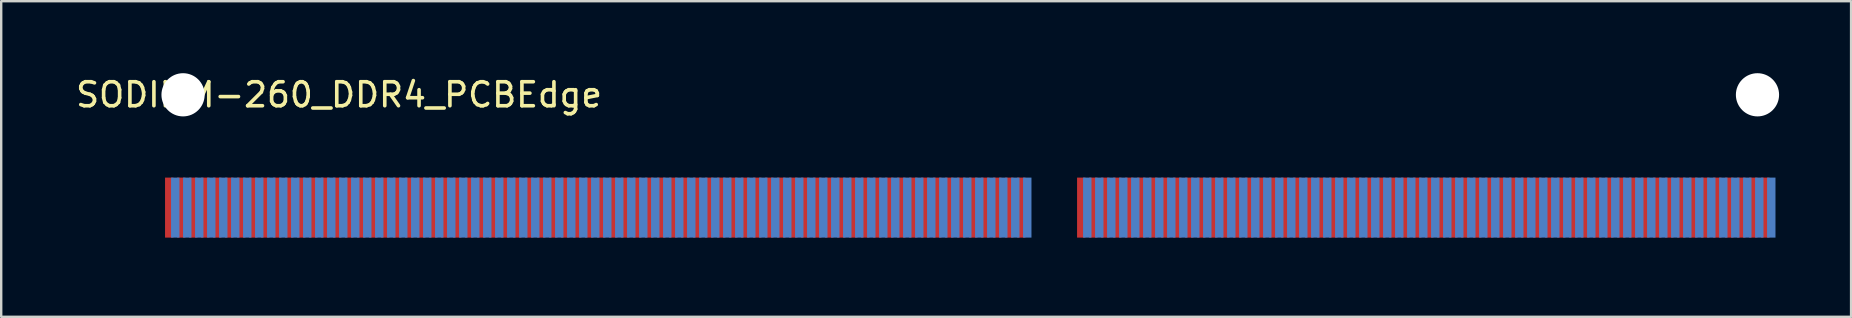
<source format=kicad_pcb>
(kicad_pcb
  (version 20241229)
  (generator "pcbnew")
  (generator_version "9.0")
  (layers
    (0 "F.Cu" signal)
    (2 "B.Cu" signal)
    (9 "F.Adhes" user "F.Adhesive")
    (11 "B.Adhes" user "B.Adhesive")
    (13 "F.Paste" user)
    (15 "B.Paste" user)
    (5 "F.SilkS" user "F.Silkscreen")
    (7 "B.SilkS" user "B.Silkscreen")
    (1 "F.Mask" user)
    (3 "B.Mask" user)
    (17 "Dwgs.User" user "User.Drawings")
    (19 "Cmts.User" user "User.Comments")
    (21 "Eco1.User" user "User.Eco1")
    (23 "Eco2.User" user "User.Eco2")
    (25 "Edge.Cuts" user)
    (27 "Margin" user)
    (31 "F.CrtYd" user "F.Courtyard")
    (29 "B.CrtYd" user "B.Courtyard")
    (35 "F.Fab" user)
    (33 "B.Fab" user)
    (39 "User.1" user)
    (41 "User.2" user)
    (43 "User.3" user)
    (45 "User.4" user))
  (footprint "SODIMM-260_DDR4_PCBEdge"
    (layer "F.Cu")
    (at 2.577 6.9)
    (property "Reference" "SODIMM-260_DDR4_PCBEdge" (at 8.5 -6 0) (layer "F.SilkS") (effects (font (size 1 1) (thickness 0.15))))
    (attr through_hole)
    (pad "" np_thru_hole circle (at 2 -6) (size 1.8 1.8) (drill 1.8) (layers "*.Cu" "*.Mask"))
    (pad "" np_thru_hole circle (at 67.6 -6) (size 1.8 1.8) (drill 1.8) (layers "*.Cu" "*.Mask"))
    (pad "1" smd rect (at 1.425 -1.3) (size 0.35 2.5) (layers "F.Cu" "F.Mask"))
    (pad "2" smd rect (at 1.675 -1.3) (size 0.35 2.5) (layers "B.Cu" "B.Mask"))
    (pad "3" smd rect (at 1.925 -1.3) (size 0.35 2.5) (layers "F.Cu" "F.Mask"))
    (pad "4" smd rect (at 2.175 -1.3) (size 0.35 2.5) (layers "B.Cu" "B.Mask"))
    (pad "5" smd rect (at 2.425 -1.3) (size 0.35 2.5) (layers "F.Cu" "F.Mask"))
    (pad "6" smd rect (at 2.675 -1.3) (size 0.35 2.5) (layers "B.Cu" "B.Mask"))
    (pad "7" smd rect (at 2.925 -1.3) (size 0.35 2.5) (layers "F.Cu" "F.Mask"))
    (pad "8" smd rect (at 3.175 -1.3) (size 0.35 2.5) (layers "B.Cu" "B.Mask"))
    (pad "9" smd rect (at 3.425 -1.3) (size 0.35 2.5) (layers "F.Cu" "F.Mask"))
    (pad "10" smd rect (at 3.675 -1.3) (size 0.35 2.5) (layers "B.Cu" "B.Mask"))
    (pad "11" smd rect (at 3.925 -1.3) (size 0.35 2.5) (layers "F.Cu" "F.Mask"))
    (pad "12" smd rect (at 4.175 -1.3) (size 0.35 2.5) (layers "B.Cu" "B.Mask"))
    (pad "13" smd rect (at 4.425 -1.3) (size 0.35 2.5) (layers "F.Cu" "F.Mask"))
    (pad "14" smd rect (at 4.675 -1.3) (size 0.35 2.5) (layers "B.Cu" "B.Mask"))
    (pad "15" smd rect (at 4.925 -1.3) (size 0.35 2.5) (layers "F.Cu" "F.Mask"))
    (pad "16" smd rect (at 5.175 -1.3) (size 0.35 2.5) (layers "B.Cu" "B.Mask"))
    (pad "17" smd rect (at 5.425 -1.3) (size 0.35 2.5) (layers "F.Cu" "F.Mask"))
    (pad "18" smd rect (at 5.675 -1.3) (size 0.35 2.5) (layers "B.Cu" "B.Mask"))
    (pad "19" smd rect (at 5.925 -1.3) (size 0.35 2.5) (layers "F.Cu" "F.Mask"))
    (pad "20" smd rect (at 6.175 -1.3) (size 0.35 2.5) (layers "B.Cu" "B.Mask"))
    (pad "21" smd rect (at 6.425 -1.3) (size 0.35 2.5) (layers "F.Cu" "F.Mask"))
    (pad "22" smd rect (at 6.675 -1.3) (size 0.35 2.5) (layers "B.Cu" "B.Mask"))
    (pad "23" smd rect (at 6.925 -1.3) (size 0.35 2.5) (layers "F.Cu" "F.Mask"))
    (pad "24" smd rect (at 7.175 -1.3) (size 0.35 2.5) (layers "B.Cu" "B.Mask"))
    (pad "25" smd rect (at 7.425 -1.3) (size 0.35 2.5) (layers "F.Cu" "F.Mask"))
    (pad "26" smd rect (at 7.675 -1.3) (size 0.35 2.5) (layers "B.Cu" "B.Mask"))
    (pad "27" smd rect (at 7.925 -1.3) (size 0.35 2.5) (layers "F.Cu" "F.Mask"))
    (pad "28" smd rect (at 8.175 -1.3) (size 0.35 2.5) (layers "B.Cu" "B.Mask"))
    (pad "29" smd rect (at 8.425 -1.3) (size 0.35 2.5) (layers "F.Cu" "F.Mask"))
    (pad "30" smd rect (at 8.675 -1.3) (size 0.35 2.5) (layers "B.Cu" "B.Mask"))
    (pad "31" smd rect (at 8.925 -1.3) (size 0.35 2.5) (layers "F.Cu" "F.Mask"))
    (pad "32" smd rect (at 9.175 -1.3) (size 0.35 2.5) (layers "B.Cu" "B.Mask"))
    (pad "33" smd rect (at 9.425 -1.3) (size 0.35 2.5) (layers "F.Cu" "F.Mask"))
    (pad "34" smd rect (at 9.675 -1.3) (size 0.35 2.5) (layers "B.Cu" "B.Mask"))
    (pad "35" smd rect (at 9.925 -1.3) (size 0.35 2.5) (layers "F.Cu" "F.Mask"))
    (pad "36" smd rect (at 10.175 -1.3) (size 0.35 2.5) (layers "B.Cu" "B.Mask"))
    (pad "37" smd rect (at 10.425 -1.3) (size 0.35 2.5) (layers "F.Cu" "F.Mask"))
    (pad "38" smd rect (at 10.675 -1.3) (size 0.35 2.5) (layers "B.Cu" "B.Mask"))
    (pad "39" smd rect (at 10.925 -1.3) (size 0.35 2.5) (layers "F.Cu" "F.Mask"))
    (pad "40" smd rect (at 11.175 -1.3) (size 0.35 2.5) (layers "B.Cu" "B.Mask"))
    (pad "41" smd rect (at 11.425 -1.3) (size 0.35 2.5) (layers "F.Cu" "F.Mask"))
    (pad "42" smd rect (at 11.675 -1.3) (size 0.35 2.5) (layers "B.Cu" "B.Mask"))
    (pad "43" smd rect (at 11.925 -1.3) (size 0.35 2.5) (layers "F.Cu" "F.Mask"))
    (pad "44" smd rect (at 12.175 -1.3) (size 0.35 2.5) (layers "B.Cu" "B.Mask"))
    (pad "45" smd rect (at 12.425 -1.3) (size 0.35 2.5) (layers "F.Cu" "F.Mask"))
    (pad "46" smd rect (at 12.675 -1.3) (size 0.35 2.5) (layers "B.Cu" "B.Mask"))
    (pad "47" smd rect (at 12.925 -1.3) (size 0.35 2.5) (layers "F.Cu" "F.Mask"))
    (pad "48" smd rect (at 13.175 -1.3) (size 0.35 2.5) (layers "B.Cu" "B.Mask"))
    (pad "49" smd rect (at 13.425 -1.3) (size 0.35 2.5) (layers "F.Cu" "F.Mask"))
    (pad "50" smd rect (at 13.675 -1.3) (size 0.35 2.5) (layers "B.Cu" "B.Mask"))
    (pad "51" smd rect (at 13.925 -1.3) (size 0.35 2.5) (layers "F.Cu" "F.Mask"))
    (pad "52" smd rect (at 14.175 -1.3) (size 0.35 2.5) (layers "B.Cu" "B.Mask"))
    (pad "53" smd rect (at 14.425 -1.3) (size 0.35 2.5) (layers "F.Cu" "F.Mask"))
    (pad "54" smd rect (at 14.675 -1.3) (size 0.35 2.5) (layers "B.Cu" "B.Mask"))
    (pad "55" smd rect (at 14.925 -1.3) (size 0.35 2.5) (layers "F.Cu" "F.Mask"))
    (pad "56" smd rect (at 15.175 -1.3) (size 0.35 2.5) (layers "B.Cu" "B.Mask"))
    (pad "57" smd rect (at 15.425 -1.3) (size 0.35 2.5) (layers "F.Cu" "F.Mask"))
    (pad "58" smd rect (at 15.675 -1.3) (size 0.35 2.5) (layers "B.Cu" "B.Mask"))
    (pad "59" smd rect (at 15.925 -1.3) (size 0.35 2.5) (layers "F.Cu" "F.Mask"))
    (pad "60" smd rect (at 16.175 -1.3) (size 0.35 2.5) (layers "B.Cu" "B.Mask"))
    (pad "61" smd rect (at 16.425 -1.3) (size 0.35 2.5) (layers "F.Cu" "F.Mask"))
    (pad "62" smd rect (at 16.675 -1.3) (size 0.35 2.5) (layers "B.Cu" "B.Mask"))
    (pad "63" smd rect (at 16.925 -1.3) (size 0.35 2.5) (layers "F.Cu" "F.Mask"))
    (pad "64" smd rect (at 17.175 -1.3) (size 0.35 2.5) (layers "B.Cu" "B.Mask"))
    (pad "65" smd rect (at 17.425 -1.3) (size 0.35 2.5) (layers "F.Cu" "F.Mask"))
    (pad "66" smd rect (at 17.675 -1.3) (size 0.35 2.5) (layers "B.Cu" "B.Mask"))
    (pad "67" smd rect (at 17.925 -1.3) (size 0.35 2.5) (layers "F.Cu" "F.Mask"))
    (pad "68" smd rect (at 18.175 -1.3) (size 0.35 2.5) (layers "B.Cu" "B.Mask"))
    (pad "69" smd rect (at 18.425 -1.3) (size 0.35 2.5) (layers "F.Cu" "F.Mask"))
    (pad "70" smd rect (at 18.675 -1.3) (size 0.35 2.5) (layers "B.Cu" "B.Mask"))
    (pad "71" smd rect (at 18.925 -1.3) (size 0.35 2.5) (layers "F.Cu" "F.Mask"))
    (pad "72" smd rect (at 19.175 -1.3) (size 0.35 2.5) (layers "B.Cu" "B.Mask"))
    (pad "73" smd rect (at 19.425 -1.3) (size 0.35 2.5) (layers "F.Cu" "F.Mask"))
    (pad "74" smd rect (at 19.675 -1.3) (size 0.35 2.5) (layers "B.Cu" "B.Mask"))
    (pad "75" smd rect (at 19.925 -1.3) (size 0.35 2.5) (layers "F.Cu" "F.Mask"))
    (pad "76" smd rect (at 20.175 -1.3) (size 0.35 2.5) (layers "B.Cu" "B.Mask"))
    (pad "77" smd rect (at 20.425 -1.3) (size 0.35 2.5) (layers "F.Cu" "F.Mask"))
    (pad "78" smd rect (at 20.675 -1.3) (size 0.35 2.5) (layers "B.Cu" "B.Mask"))
    (pad "79" smd rect (at 20.925 -1.3) (size 0.35 2.5) (layers "F.Cu" "F.Mask"))
    (pad "80" smd rect (at 21.175 -1.3) (size 0.35 2.5) (layers "B.Cu" "B.Mask"))
    (pad "81" smd rect (at 21.425 -1.3) (size 0.35 2.5) (layers "F.Cu" "F.Mask"))
    (pad "82" smd rect (at 21.675 -1.3) (size 0.35 2.5) (layers "B.Cu" "B.Mask"))
    (pad "83" smd rect (at 21.925 -1.3) (size 0.35 2.5) (layers "F.Cu" "F.Mask"))
    (pad "84" smd rect (at 22.175 -1.3) (size 0.35 2.5) (layers "B.Cu" "B.Mask"))
    (pad "85" smd rect (at 22.425 -1.3) (size 0.35 2.5) (layers "F.Cu" "F.Mask"))
    (pad "86" smd rect (at 22.675 -1.3) (size 0.35 2.5) (layers "B.Cu" "B.Mask"))
    (pad "87" smd rect (at 22.925 -1.3) (size 0.35 2.5) (layers "F.Cu" "F.Mask"))
    (pad "88" smd rect (at 23.175 -1.3) (size 0.35 2.5) (layers "B.Cu" "B.Mask"))
    (pad "89" smd rect (at 23.425 -1.3) (size 0.35 2.5) (layers "F.Cu" "F.Mask"))
    (pad "90" smd rect (at 23.675 -1.3) (size 0.35 2.5) (layers "B.Cu" "B.Mask"))
    (pad "91" smd rect (at 23.925 -1.3) (size 0.35 2.5) (layers "F.Cu" "F.Mask"))
    (pad "92" smd rect (at 24.175 -1.3) (size 0.35 2.5) (layers "B.Cu" "B.Mask"))
    (pad "93" smd rect (at 24.425 -1.3) (size 0.35 2.5) (layers "F.Cu" "F.Mask"))
    (pad "94" smd rect (at 24.675 -1.3) (size 0.35 2.5) (layers "B.Cu" "B.Mask"))
    (pad "95" smd rect (at 24.925 -1.3) (size 0.35 2.5) (layers "F.Cu" "F.Mask"))
    (pad "96" smd rect (at 25.175 -1.3) (size 0.35 2.5) (layers "B.Cu" "B.Mask"))
    (pad "97" smd rect (at 25.425 -1.3) (size 0.35 2.5) (layers "F.Cu" "F.Mask"))
    (pad "98" smd rect (at 25.675 -1.3) (size 0.35 2.5) (layers "B.Cu" "B.Mask"))
    (pad "99" smd rect (at 25.925 -1.3) (size 0.35 2.5) (layers "F.Cu" "F.Mask"))
    (pad "100" smd rect (at 26.175 -1.3) (size 0.35 2.5) (layers "B.Cu" "B.Mask"))
    (pad "101" smd rect (at 26.425 -1.3) (size 0.35 2.5) (layers "F.Cu" "F.Mask"))
    (pad "102" smd rect (at 26.675 -1.3) (size 0.35 2.5) (layers "B.Cu" "B.Mask"))
    (pad "103" smd rect (at 26.925 -1.3) (size 0.35 2.5) (layers "F.Cu" "F.Mask"))
    (pad "104" smd rect (at 27.175 -1.3) (size 0.35 2.5) (layers "B.Cu" "B.Mask"))
    (pad "105" smd rect (at 27.425 -1.3) (size 0.35 2.5) (layers "F.Cu" "F.Mask"))
    (pad "106" smd rect (at 27.675 -1.3) (size 0.35 2.5) (layers "B.Cu" "B.Mask"))
    (pad "107" smd rect (at 27.925 -1.3) (size 0.35 2.5) (layers "F.Cu" "F.Mask"))
    (pad "108" smd rect (at 28.175 -1.3) (size 0.35 2.5) (layers "B.Cu" "B.Mask"))
    (pad "109" smd rect (at 28.425 -1.3) (size 0.35 2.5) (layers "F.Cu" "F.Mask"))
    (pad "110" smd rect (at 28.675 -1.3) (size 0.35 2.5) (layers "B.Cu" "B.Mask"))
    (pad "111" smd rect (at 28.925 -1.3) (size 0.35 2.5) (layers "F.Cu" "F.Mask"))
    (pad "112" smd rect (at 29.175 -1.3) (size 0.35 2.5) (layers "B.Cu" "B.Mask"))
    (pad "113" smd rect (at 29.425 -1.3) (size 0.35 2.5) (layers "F.Cu" "F.Mask"))
    (pad "114" smd rect (at 29.675 -1.3) (size 0.35 2.5) (layers "B.Cu" "B.Mask"))
    (pad "115" smd rect (at 29.925 -1.3) (size 0.35 2.5) (layers "F.Cu" "F.Mask"))
    (pad "116" smd rect (at 30.175 -1.3) (size 0.35 2.5) (layers "B.Cu" "B.Mask"))
    (pad "117" smd rect (at 30.425 -1.3) (size 0.35 2.5) (layers "F.Cu" "F.Mask"))
    (pad "118" smd rect (at 30.675 -1.3) (size 0.35 2.5) (layers "B.Cu" "B.Mask"))
    (pad "119" smd rect (at 30.925 -1.3) (size 0.35 2.5) (layers "F.Cu" "F.Mask"))
    (pad "120" smd rect (at 31.175 -1.3) (size 0.35 2.5) (layers "B.Cu" "B.Mask"))
    (pad "121" smd rect (at 31.425 -1.3) (size 0.35 2.5) (layers "F.Cu" "F.Mask"))
    (pad "122" smd rect (at 31.675 -1.3) (size 0.35 2.5) (layers "B.Cu" "B.Mask"))
    (pad "123" smd rect (at 31.925 -1.3) (size 0.35 2.5) (layers "F.Cu" "F.Mask"))
    (pad "124" smd rect (at 32.175 -1.3) (size 0.35 2.5) (layers "B.Cu" "B.Mask"))
    (pad "125" smd rect (at 32.425 -1.3) (size 0.35 2.5) (layers "F.Cu" "F.Mask"))
    (pad "126" smd rect (at 32.675 -1.3) (size 0.35 2.5) (layers "B.Cu" "B.Mask"))
    (pad "127" smd rect (at 32.925 -1.3) (size 0.35 2.5) (layers "F.Cu" "F.Mask"))
    (pad "128" smd rect (at 33.175 -1.3) (size 0.35 2.5) (layers "B.Cu" "B.Mask"))
    (pad "129" smd rect (at 33.425 -1.3) (size 0.35 2.5) (layers "F.Cu" "F.Mask"))
    (pad "130" smd rect (at 33.675 -1.3) (size 0.35 2.5) (layers "B.Cu" "B.Mask"))
    (pad "131" smd rect (at 33.925 -1.3) (size 0.35 2.5) (layers "F.Cu" "F.Mask"))
    (pad "132" smd rect (at 34.175 -1.3) (size 0.35 2.5) (layers "B.Cu" "B.Mask"))
    (pad "133" smd rect (at 34.425 -1.3) (size 0.35 2.5) (layers "F.Cu" "F.Mask"))
    (pad "134" smd rect (at 34.675 -1.3) (size 0.35 2.5) (layers "B.Cu" "B.Mask"))
    (pad "135" smd rect (at 34.925 -1.3) (size 0.35 2.5) (layers "F.Cu" "F.Mask"))
    (pad "136" smd rect (at 35.175 -1.3) (size 0.35 2.5) (layers "B.Cu" "B.Mask"))
    (pad "137" smd rect (at 35.425 -1.3) (size 0.35 2.5) (layers "F.Cu" "F.Mask"))
    (pad "138" smd rect (at 35.675 -1.3) (size 0.35 2.5) (layers "B.Cu" "B.Mask"))
    (pad "139" smd rect (at 35.925 -1.3) (size 0.35 2.5) (layers "F.Cu" "F.Mask"))
    (pad "140" smd rect (at 36.175 -1.3) (size 0.35 2.5) (layers "B.Cu" "B.Mask"))
    (pad "141" smd rect (at 36.425 -1.3) (size 0.35 2.5) (layers "F.Cu" "F.Mask"))
    (pad "142" smd rect (at 36.675 -1.3) (size 0.35 2.5) (layers "B.Cu" "B.Mask"))
    (pad "143" smd rect (at 36.925 -1.3) (size 0.35 2.5) (layers "F.Cu" "F.Mask"))
    (pad "144" smd rect (at 37.175 -1.3) (size 0.35 2.5) (layers "B.Cu" "B.Mask"))
    (pad "145" smd rect (at 39.425 -1.3) (size 0.35 2.5) (layers "F.Cu" "F.Mask"))
    (pad "146" smd rect (at 39.675 -1.3) (size 0.35 2.5) (layers "B.Cu" "B.Mask"))
    (pad "147" smd rect (at 39.925 -1.3) (size 0.35 2.5) (layers "F.Cu" "F.Mask"))
    (pad "148" smd rect (at 40.175 -1.3) (size 0.35 2.5) (layers "B.Cu" "B.Mask"))
    (pad "149" smd rect (at 40.425 -1.3) (size 0.35 2.5) (layers "F.Cu" "F.Mask"))
    (pad "150" smd rect (at 40.675 -1.3) (size 0.35 2.5) (layers "B.Cu" "B.Mask"))
    (pad "151" smd rect (at 40.925 -1.3) (size 0.35 2.5) (layers "F.Cu" "F.Mask"))
    (pad "152" smd rect (at 41.175 -1.3) (size 0.35 2.5) (layers "B.Cu" "B.Mask"))
    (pad "153" smd rect (at 41.425 -1.3) (size 0.35 2.5) (layers "F.Cu" "F.Mask"))
    (pad "154" smd rect (at 41.675 -1.3) (size 0.35 2.5) (layers "B.Cu" "B.Mask"))
    (pad "155" smd rect (at 41.925 -1.3) (size 0.35 2.5) (layers "F.Cu" "F.Mask"))
    (pad "156" smd rect (at 42.175 -1.3) (size 0.35 2.5) (layers "B.Cu" "B.Mask"))
    (pad "157" smd rect (at 42.425 -1.3) (size 0.35 2.5) (layers "F.Cu" "F.Mask"))
    (pad "158" smd rect (at 42.675 -1.3) (size 0.35 2.5) (layers "B.Cu" "B.Mask"))
    (pad "159" smd rect (at 42.925 -1.3) (size 0.35 2.5) (layers "F.Cu" "F.Mask"))
    (pad "160" smd rect (at 43.175 -1.3) (size 0.35 2.5) (layers "B.Cu" "B.Mask"))
    (pad "161" smd rect (at 43.425 -1.3) (size 0.35 2.5) (layers "F.Cu" "F.Mask"))
    (pad "162" smd rect (at 43.675 -1.3) (size 0.35 2.5) (layers "B.Cu" "B.Mask"))
    (pad "163" smd rect (at 43.925 -1.3) (size 0.35 2.5) (layers "F.Cu" "F.Mask"))
    (pad "164" smd rect (at 44.175 -1.3) (size 0.35 2.5) (layers "B.Cu" "B.Mask"))
    (pad "165" smd rect (at 44.425 -1.3) (size 0.35 2.5) (layers "F.Cu" "F.Mask"))
    (pad "166" smd rect (at 44.675 -1.3) (size 0.35 2.5) (layers "B.Cu" "B.Mask"))
    (pad "167" smd rect (at 44.925 -1.3) (size 0.35 2.5) (layers "F.Cu" "F.Mask"))
    (pad "168" smd rect (at 45.175 -1.3) (size 0.35 2.5) (layers "B.Cu" "B.Mask"))
    (pad "169" smd rect (at 45.425 -1.3) (size 0.35 2.5) (layers "F.Cu" "F.Mask"))
    (pad "170" smd rect (at 45.675 -1.3) (size 0.35 2.5) (layers "B.Cu" "B.Mask"))
    (pad "171" smd rect (at 45.925 -1.3) (size 0.35 2.5) (layers "F.Cu" "F.Mask"))
    (pad "172" smd rect (at 46.175 -1.3) (size 0.35 2.5) (layers "B.Cu" "B.Mask"))
    (pad "173" smd rect (at 46.425 -1.3) (size 0.35 2.5) (layers "F.Cu" "F.Mask"))
    (pad "174" smd rect (at 46.675 -1.3) (size 0.35 2.5) (layers "B.Cu" "B.Mask"))
    (pad "175" smd rect (at 46.925 -1.3) (size 0.35 2.5) (layers "F.Cu" "F.Mask"))
    (pad "176" smd rect (at 47.175 -1.3) (size 0.35 2.5) (layers "B.Cu" "B.Mask"))
    (pad "177" smd rect (at 47.425 -1.3) (size 0.35 2.5) (layers "F.Cu" "F.Mask"))
    (pad "178" smd rect (at 47.675 -1.3) (size 0.35 2.5) (layers "B.Cu" "B.Mask"))
    (pad "179" smd rect (at 47.925 -1.3) (size 0.35 2.5) (layers "F.Cu" "F.Mask"))
    (pad "180" smd rect (at 48.175 -1.3) (size 0.35 2.5) (layers "B.Cu" "B.Mask"))
    (pad "181" smd rect (at 48.425 -1.3) (size 0.35 2.5) (layers "F.Cu" "F.Mask"))
    (pad "182" smd rect (at 48.675 -1.3) (size 0.35 2.5) (layers "B.Cu" "B.Mask"))
    (pad "183" smd rect (at 48.925 -1.3) (size 0.35 2.5) (layers "F.Cu" "F.Mask"))
    (pad "184" smd rect (at 49.175 -1.3) (size 0.35 2.5) (layers "B.Cu" "B.Mask"))
    (pad "185" smd rect (at 49.425 -1.3) (size 0.35 2.5) (layers "F.Cu" "F.Mask"))
    (pad "186" smd rect (at 49.675 -1.3) (size 0.35 2.5) (layers "B.Cu" "B.Mask"))
    (pad "187" smd rect (at 49.925 -1.3) (size 0.35 2.5) (layers "F.Cu" "F.Mask"))
    (pad "188" smd rect (at 50.175 -1.3) (size 0.35 2.5) (layers "B.Cu" "B.Mask"))
    (pad "189" smd rect (at 50.425 -1.3) (size 0.35 2.5) (layers "F.Cu" "F.Mask"))
    (pad "190" smd rect (at 50.675 -1.3) (size 0.35 2.5) (layers "B.Cu" "B.Mask"))
    (pad "191" smd rect (at 50.925 -1.3) (size 0.35 2.5) (layers "F.Cu" "F.Mask"))
    (pad "192" smd rect (at 51.175 -1.3) (size 0.35 2.5) (layers "B.Cu" "B.Mask"))
    (pad "193" smd rect (at 51.425 -1.3) (size 0.35 2.5) (layers "F.Cu" "F.Mask"))
    (pad "194" smd rect (at 51.675 -1.3) (size 0.35 2.5) (layers "B.Cu" "B.Mask"))
    (pad "195" smd rect (at 51.925 -1.3) (size 0.35 2.5) (layers "F.Cu" "F.Mask"))
    (pad "196" smd rect (at 52.175 -1.3) (size 0.35 2.5) (layers "B.Cu" "B.Mask"))
    (pad "197" smd rect (at 52.425 -1.3) (size 0.35 2.5) (layers "F.Cu" "F.Mask"))
    (pad "198" smd rect (at 52.675 -1.3) (size 0.35 2.5) (layers "B.Cu" "B.Mask"))
    (pad "199" smd rect (at 52.925 -1.3) (size 0.35 2.5) (layers "F.Cu" "F.Mask"))
    (pad "200" smd rect (at 53.175 -1.3) (size 0.35 2.5) (layers "B.Cu" "B.Mask"))
    (pad "201" smd rect (at 53.425 -1.3) (size 0.35 2.5) (layers "F.Cu" "F.Mask"))
    (pad "202" smd rect (at 53.675 -1.3) (size 0.35 2.5) (layers "B.Cu" "B.Mask"))
    (pad "203" smd rect (at 53.925 -1.3) (size 0.35 2.5) (layers "F.Cu" "F.Mask"))
    (pad "204" smd rect (at 54.175 -1.3) (size 0.35 2.5) (layers "B.Cu" "B.Mask"))
    (pad "205" smd rect (at 54.425 -1.3) (size 0.35 2.5) (layers "F.Cu" "F.Mask"))
    (pad "206" smd rect (at 54.675 -1.3) (size 0.35 2.5) (layers "B.Cu" "B.Mask"))
    (pad "207" smd rect (at 54.925 -1.3) (size 0.35 2.5) (layers "F.Cu" "F.Mask"))
    (pad "208" smd rect (at 55.175 -1.3) (size 0.35 2.5) (layers "B.Cu" "B.Mask"))
    (pad "209" smd rect (at 55.425 -1.3) (size 0.35 2.5) (layers "F.Cu" "F.Mask"))
    (pad "210" smd rect (at 55.675 -1.3) (size 0.35 2.5) (layers "B.Cu" "B.Mask"))
    (pad "211" smd rect (at 55.925 -1.3) (size 0.35 2.5) (layers "F.Cu" "F.Mask"))
    (pad "212" smd rect (at 56.175 -1.3) (size 0.35 2.5) (layers "B.Cu" "B.Mask"))
    (pad "213" smd rect (at 56.425 -1.3) (size 0.35 2.5) (layers "F.Cu" "F.Mask"))
    (pad "214" smd rect (at 56.675 -1.3) (size 0.35 2.5) (layers "B.Cu" "B.Mask"))
    (pad "215" smd rect (at 56.925 -1.3) (size 0.35 2.5) (layers "F.Cu" "F.Mask"))
    (pad "216" smd rect (at 57.175 -1.3) (size 0.35 2.5) (layers "B.Cu" "B.Mask"))
    (pad "217" smd rect (at 57.425 -1.3) (size 0.35 2.5) (layers "F.Cu" "F.Mask"))
    (pad "218" smd rect (at 57.675 -1.3) (size 0.35 2.5) (layers "B.Cu" "B.Mask"))
    (pad "219" smd rect (at 57.925 -1.3) (size 0.35 2.5) (layers "F.Cu" "F.Mask"))
    (pad "220" smd rect (at 58.175 -1.3) (size 0.35 2.5) (layers "B.Cu" "B.Mask"))
    (pad "221" smd rect (at 58.425 -1.3) (size 0.35 2.5) (layers "F.Cu" "F.Mask"))
    (pad "222" smd rect (at 58.675 -1.3) (size 0.35 2.5) (layers "B.Cu" "B.Mask"))
    (pad "223" smd rect (at 58.925 -1.3) (size 0.35 2.5) (layers "F.Cu" "F.Mask"))
    (pad "224" smd rect (at 59.175 -1.3) (size 0.35 2.5) (layers "B.Cu" "B.Mask"))
    (pad "225" smd rect (at 59.425 -1.3) (size 0.35 2.5) (layers "F.Cu" "F.Mask"))
    (pad "226" smd rect (at 59.675 -1.3) (size 0.35 2.5) (layers "B.Cu" "B.Mask"))
    (pad "227" smd rect (at 59.925 -1.3) (size 0.35 2.5) (layers "F.Cu" "F.Mask"))
    (pad "228" smd rect (at 60.175 -1.3) (size 0.35 2.5) (layers "B.Cu" "B.Mask"))
    (pad "229" smd rect (at 60.425 -1.3) (size 0.35 2.5) (layers "F.Cu" "F.Mask"))
    (pad "230" smd rect (at 60.675 -1.3) (size 0.35 2.5) (layers "B.Cu" "B.Mask"))
    (pad "231" smd rect (at 60.925 -1.3) (size 0.35 2.5) (layers "F.Cu" "F.Mask"))
    (pad "232" smd rect (at 61.175 -1.3) (size 0.35 2.5) (layers "B.Cu" "B.Mask"))
    (pad "233" smd rect (at 61.425 -1.3) (size 0.35 2.5) (layers "F.Cu" "F.Mask"))
    (pad "234" smd rect (at 61.675 -1.3) (size 0.35 2.5) (layers "B.Cu" "B.Mask"))
    (pad "235" smd rect (at 61.925 -1.3) (size 0.35 2.5) (layers "F.Cu" "F.Mask"))
    (pad "236" smd rect (at 62.175 -1.3) (size 0.35 2.5) (layers "B.Cu" "B.Mask"))
    (pad "237" smd rect (at 62.425 -1.3) (size 0.35 2.5) (layers "F.Cu" "F.Mask"))
    (pad "238" smd rect (at 62.675 -1.3) (size 0.35 2.5) (layers "B.Cu" "B.Mask"))
    (pad "239" smd rect (at 62.925 -1.3) (size 0.35 2.5) (layers "F.Cu" "F.Mask"))
    (pad "240" smd rect (at 63.175 -1.3) (size 0.35 2.5) (layers "B.Cu" "B.Mask"))
    (pad "241" smd rect (at 63.425 -1.3) (size 0.35 2.5) (layers "F.Cu" "F.Mask"))
    (pad "242" smd rect (at 63.675 -1.3) (size 0.35 2.5) (layers "B.Cu" "B.Mask"))
    (pad "243" smd rect (at 63.925 -1.3) (size 0.35 2.5) (layers "F.Cu" "F.Mask"))
    (pad "244" smd rect (at 64.175 -1.3) (size 0.35 2.5) (layers "B.Cu" "B.Mask"))
    (pad "245" smd rect (at 64.425 -1.3) (size 0.35 2.5) (layers "F.Cu" "F.Mask"))
    (pad "246" smd rect (at 64.675 -1.3) (size 0.35 2.5) (layers "B.Cu" "B.Mask"))
    (pad "247" smd rect (at 64.925 -1.3) (size 0.35 2.5) (layers "F.Cu" "F.Mask"))
    (pad "248" smd rect (at 65.175 -1.3) (size 0.35 2.5) (layers "B.Cu" "B.Mask"))
    (pad "249" smd rect (at 65.425 -1.3) (size 0.35 2.5) (layers "F.Cu" "F.Mask"))
    (pad "250" smd rect (at 65.675 -1.3) (size 0.35 2.5) (layers "B.Cu" "B.Mask"))
    (pad "251" smd rect (at 65.925 -1.3) (size 0.35 2.5) (layers "F.Cu" "F.Mask"))
    (pad "252" smd rect (at 66.175 -1.3) (size 0.35 2.5) (layers "B.Cu" "B.Mask"))
    (pad "253" smd rect (at 66.425 -1.3) (size 0.35 2.5) (layers "F.Cu" "F.Mask"))
    (pad "254" smd rect (at 66.675 -1.3) (size 0.35 2.5) (layers "B.Cu" "B.Mask"))
    (pad "255" smd rect (at 66.925 -1.3) (size 0.35 2.5) (layers "F.Cu" "F.Mask"))
    (pad "256" smd rect (at 67.175 -1.3) (size 0.35 2.5) (layers "B.Cu" "B.Mask"))
    (pad "257" smd rect (at 67.425 -1.3) (size 0.35 2.5) (layers "F.Cu" "F.Mask"))
    (pad "258" smd rect (at 67.675 -1.3) (size 0.35 2.5) (layers "B.Cu" "B.Mask"))
    (pad "259" smd rect (at 67.925 -1.3) (size 0.35 2.5) (layers "F.Cu" "F.Mask"))
    (pad "260" smd rect (at 68.175 -1.3) (size 0.35 2.5) (layers "B.Cu" "B.Mask")))
  (gr_rect
    (start -3 -3)
    (end 74.077 10.15)
    (stroke (width 0.1) (type default))
    (fill no)
    (layer "Edge.Cuts")))
</source>
